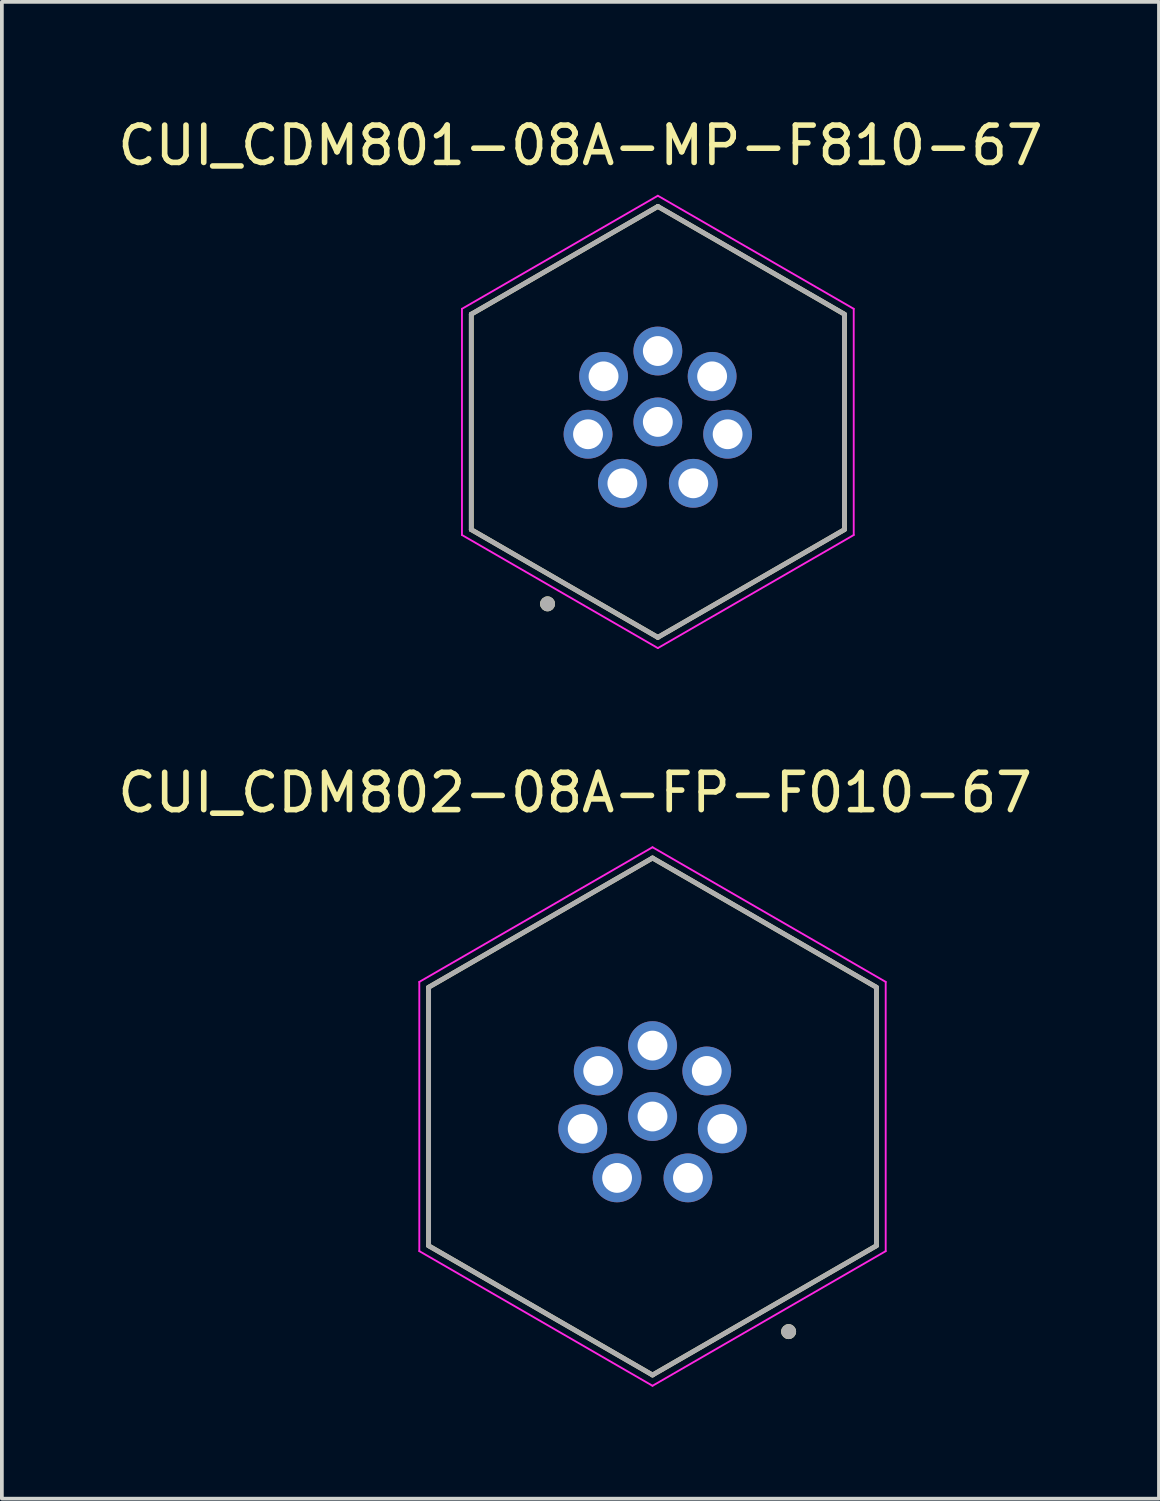
<source format=kicad_pcb>
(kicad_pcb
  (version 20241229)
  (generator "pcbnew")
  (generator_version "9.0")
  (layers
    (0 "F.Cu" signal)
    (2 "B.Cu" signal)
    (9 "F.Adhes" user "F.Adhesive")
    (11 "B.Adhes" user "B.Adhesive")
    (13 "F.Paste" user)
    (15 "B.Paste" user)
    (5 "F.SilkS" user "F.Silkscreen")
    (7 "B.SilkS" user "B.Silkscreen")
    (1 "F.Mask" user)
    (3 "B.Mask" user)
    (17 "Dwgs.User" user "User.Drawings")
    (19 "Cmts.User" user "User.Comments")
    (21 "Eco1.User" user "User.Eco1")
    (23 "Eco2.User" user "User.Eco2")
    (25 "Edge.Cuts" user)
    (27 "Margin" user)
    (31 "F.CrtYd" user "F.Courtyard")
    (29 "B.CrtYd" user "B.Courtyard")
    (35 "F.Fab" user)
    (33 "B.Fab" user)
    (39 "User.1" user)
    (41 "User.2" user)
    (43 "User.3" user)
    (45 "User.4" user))
  (footprint "CUI_CDM801-08A-MP-F810-67"
    (layer "F.Cu")
    (at 14.581 8.258)
    (property "Reference" "CUI_CDM801-08A-MP-F810-67" (at -2.075 -7.41 0) (layer "F.SilkS") (effects (font (size 1 1) (thickness 0.15))))
    (attr through_hole)
    (fp_line (start -5 -2.887) (end -5 2.887) (stroke (width 0.127) (type solid)) (layer "F.SilkS"))
    (fp_line (start -5 2.887) (end 0 5.774) (stroke (width 0.127) (type solid)) (layer "F.SilkS"))
    (fp_line (start 0 -5.774) (end -5 -2.887) (stroke (width 0.127) (type solid)) (layer "F.SilkS"))
    (fp_line (start 0 5.774) (end 5 2.887) (stroke (width 0.127) (type solid)) (layer "F.SilkS"))
    (fp_line (start 5 -2.887) (end 0 -5.774) (stroke (width 0.127) (type solid)) (layer "F.SilkS"))
    (fp_line (start 5 2.887) (end 5 -2.887) (stroke (width 0.127) (type solid)) (layer "F.SilkS"))
    (fp_circle (center -2.956 4.876) (end -2.856 4.876) (stroke (width 0.2) (type solid)) (fill no) (layer "F.SilkS"))
    (fp_line (start -5.25 -3.031) (end -5.25 3.031) (stroke (width 0.05) (type solid)) (layer "F.CrtYd"))
    (fp_line (start -5.25 3.031) (end 0 6.062) (stroke (width 0.05) (type solid)) (layer "F.CrtYd"))
    (fp_line (start 0 -6.062) (end -5.25 -3.031) (stroke (width 0.05) (type solid)) (layer "F.CrtYd"))
    (fp_line (start 0 6.062) (end 5.25 3.031) (stroke (width 0.05) (type solid)) (layer "F.CrtYd"))
    (fp_line (start 5.25 -3.031) (end 0 -6.062) (stroke (width 0.05) (type solid)) (layer "F.CrtYd"))
    (fp_line (start 5.25 3.031) (end 5.25 -3.031) (stroke (width 0.05) (type solid)) (layer "F.CrtYd"))
    (fp_line (start -5 -2.887) (end -5 2.887) (stroke (width 0.127) (type solid)) (layer "F.Fab"))
    (fp_line (start -5 2.887) (end 0 5.774) (stroke (width 0.127) (type solid)) (layer "F.Fab"))
    (fp_line (start 0 -5.774) (end -5 -2.887) (stroke (width 0.127) (type solid)) (layer "F.Fab"))
    (fp_line (start 0 5.774) (end 5 2.887) (stroke (width 0.127) (type solid)) (layer "F.Fab"))
    (fp_line (start 5 -2.887) (end 0 -5.774) (stroke (width 0.127) (type solid)) (layer "F.Fab"))
    (fp_line (start 5 2.887) (end 5 -2.887) (stroke (width 0.127) (type solid)) (layer "F.Fab"))
    (fp_circle (center -2.956 4.876) (end -2.856 4.876) (stroke (width 0.2) (type solid)) (fill no) (layer "F.Fab"))
    (pad "1" thru_hole circle (at -0.95 1.645) (size 1.308 1.308) (drill 0.8) (layers "*.Cu" "*.Mask"))
    (pad "2" thru_hole circle (at 0.95 1.645) (size 1.308 1.308) (drill 0.8) (layers "*.Cu" "*.Mask"))
    (pad "3" thru_hole circle (at 1.871 0.33) (size 1.308 1.308) (drill 0.8) (layers "*.Cu" "*.Mask"))
    (pad "4" thru_hole circle (at 1.455 -1.221) (size 1.308 1.308) (drill 0.8) (layers "*.Cu" "*.Mask"))
    (pad "5" thru_hole circle (at 0 -1.9) (size 1.308 1.308) (drill 0.8) (layers "*.Cu" "*.Mask"))
    (pad "6" thru_hole circle (at -1.455 -1.221) (size 1.308 1.308) (drill 0.8) (layers "*.Cu" "*.Mask"))
    (pad "7" thru_hole circle (at -1.871 0.33) (size 1.308 1.308) (drill 0.8) (layers "*.Cu" "*.Mask"))
    (pad "8" thru_hole circle (at 0 0) (size 1.308 1.308) (drill 0.8) (layers "*.Cu" "*.Mask")))
  (footprint "CUI_CDM802-08A-FP-F010-67"
    (layer "F.Cu")
    (at 14.438 26.874)
    (property "Reference" "CUI_CDM802-08A-FP-F010-67" (at -2.075 -8.68 0) (layer "F.SilkS") (effects (font (size 1 1) (thickness 0.15))))
    (attr through_hole)
    (fp_line (start -6 -3.464) (end -6 3.464) (stroke (width 0.127) (type solid)) (layer "F.SilkS"))
    (fp_line (start -6 3.464) (end 0 6.928) (stroke (width 0.127) (type solid)) (layer "F.SilkS"))
    (fp_line (start 0 -6.928) (end -6 -3.464) (stroke (width 0.127) (type solid)) (layer "F.SilkS"))
    (fp_line (start 0 6.928) (end 6 3.464) (stroke (width 0.127) (type solid)) (layer "F.SilkS"))
    (fp_line (start 6 -3.464) (end 0 -6.928) (stroke (width 0.127) (type solid)) (layer "F.SilkS"))
    (fp_line (start 6 3.464) (end 6 -3.464) (stroke (width 0.127) (type solid)) (layer "F.SilkS"))
    (fp_circle (center 3.648 5.765) (end 3.748 5.765) (stroke (width 0.2) (type solid)) (fill no) (layer "F.SilkS"))
    (fp_line (start -6.25 -3.608) (end -6.25 3.608) (stroke (width 0.05) (type solid)) (layer "F.CrtYd"))
    (fp_line (start -6.25 3.608) (end 0 7.217) (stroke (width 0.05) (type solid)) (layer "F.CrtYd"))
    (fp_line (start 0 -7.217) (end -6.25 -3.608) (stroke (width 0.05) (type solid)) (layer "F.CrtYd"))
    (fp_line (start 0 7.217) (end 6.25 3.608) (stroke (width 0.05) (type solid)) (layer "F.CrtYd"))
    (fp_line (start 6.25 -3.608) (end 0 -7.217) (stroke (width 0.05) (type solid)) (layer "F.CrtYd"))
    (fp_line (start 6.25 3.608) (end 6.25 -3.608) (stroke (width 0.05) (type solid)) (layer "F.CrtYd"))
    (fp_line (start -6 -3.464) (end -6 3.464) (stroke (width 0.127) (type solid)) (layer "F.Fab"))
    (fp_line (start -6 3.464) (end 0 6.928) (stroke (width 0.127) (type solid)) (layer "F.Fab"))
    (fp_line (start 0 -6.928) (end -6 -3.464) (stroke (width 0.127) (type solid)) (layer "F.Fab"))
    (fp_line (start 0 6.928) (end 6 3.464) (stroke (width 0.127) (type solid)) (layer "F.Fab"))
    (fp_line (start 6 -3.464) (end 0 -6.928) (stroke (width 0.127) (type solid)) (layer "F.Fab"))
    (fp_line (start 6 3.464) (end 6 -3.464) (stroke (width 0.127) (type solid)) (layer "F.Fab"))
    (fp_circle (center 3.648 5.765) (end 3.748 5.765) (stroke (width 0.2) (type solid)) (fill no) (layer "F.Fab"))
    (pad "1" thru_hole circle (at 0.95 1.645) (size 1.308 1.308) (drill 0.8) (layers "*.Cu" "*.Mask"))
    (pad "2" thru_hole circle (at -0.95 1.645) (size 1.308 1.308) (drill 0.8) (layers "*.Cu" "*.Mask"))
    (pad "3" thru_hole circle (at -1.871 0.33) (size 1.308 1.308) (drill 0.8) (layers "*.Cu" "*.Mask"))
    (pad "4" thru_hole circle (at -1.455 -1.221) (size 1.308 1.308) (drill 0.8) (layers "*.Cu" "*.Mask"))
    (pad "5" thru_hole circle (at 0 -1.9) (size 1.308 1.308) (drill 0.8) (layers "*.Cu" "*.Mask"))
    (pad "6" thru_hole circle (at 1.455 -1.221) (size 1.308 1.308) (drill 0.8) (layers "*.Cu" "*.Mask"))
    (pad "7" thru_hole circle (at 1.871 0.33) (size 1.308 1.308) (drill 0.8) (layers "*.Cu" "*.Mask"))
    (pad "8" thru_hole circle (at 0 0) (size 1.308 1.308) (drill 0.8) (layers "*.Cu" "*.Mask")))
  (gr_rect
    (start -3 -3)
    (end 28.012 37.116)
    (stroke (width 0.1) (type default))
    (fill no)
    (layer "Edge.Cuts")))
</source>
